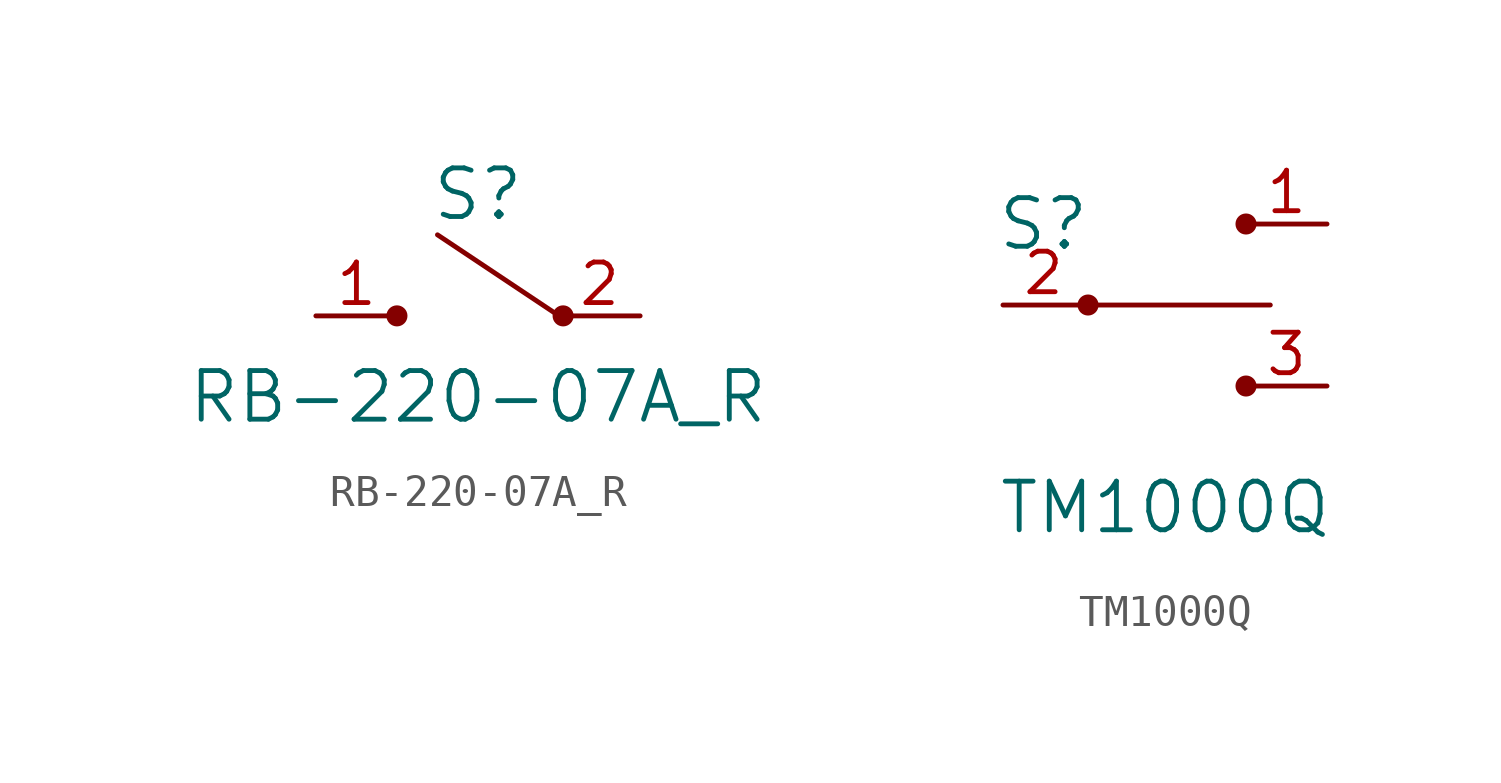
<source format=kicad_sym>
(kicad_symbol_lib
  (version 20201005)
  (generator kicad_symbol_editor)
  (symbol "RB-220-07A_R"
    (pin_names
      (offset 1.016))
    (property "Reference" "S"
      (at 0 3.81 0)
      (effects (font (size 1.524 1.524))))
    (property "Value" "RB-220-07A_R"
      (at 0 -2.54 0)
      (effects (font (size 1.524 1.524))))
    (symbol "RB-220-07A_R_0_1"
      (circle (center -2.54 0) (radius 0.254) (stroke (width 0)) (fill (type outline)))
      (circle (center 2.667 0) (radius 0.254) (stroke (width 0)) (fill (type outline)))
      (polyline (pts (xy -2.54 0) (xy -2.54 0)) (stroke (width 0)) (fill (type none)))
      (polyline (pts (xy -1.27 2.54) (xy 2.54 0)) (stroke (width 0)) (fill (type none))))
    (symbol "RB-220-07A_R_1_1"
      (pin passive line (at -5.08 0 0) (length 2.54) (name "~" (effects (font (size 1.27 1.27)))) (number "1" (effects (font (size 1.27 1.27)))))
      (pin passive line (at 5.08 0 180) (length 2.54) (name "~" (effects (font (size 1.27 1.27)))) (number "2" (effects (font (size 1.27 1.27)))))))
  (symbol "TM1000Q"
    (pin_names
      (offset 0) hide)
    (property "Reference" "S"
      (at -3.81 2.54 0)
      (effects (font (size 1.524 1.524))))
    (property "Value" "TM1000Q"
      (at 0 -6.35 0)
      (effects (font (size 1.524 1.524))))
    (symbol "TM1000Q_0_1"
      (circle (center -2.413 0) (radius 0.254) (stroke (width 0)) (fill (type outline)))
      (circle (center 2.54 -2.54) (radius 0.254) (stroke (width 0)) (fill (type outline)))
      (circle (center 2.54 2.54) (radius 0.254) (stroke (width 0)) (fill (type outline)))
      (polyline (pts (xy -2.286 0) (xy 3.302 0)) (stroke (width 0)) (fill (type none))))
    (symbol "TM1000Q_1_1"
      (pin passive line (at 5.08 2.54 180) (length 2.54) (name "Out" (effects (font (size 1.27 1.27)))) (number "1" (effects (font (size 1.27 1.27)))))
      (pin passive line (at -5.08 0 0) (length 2.54) (name "In" (effects (font (size 1.27 1.27)))) (number "2" (effects (font (size 1.27 1.27)))))
      (pin passive line (at 5.08 -2.54 180) (length 2.54) (name "Out" (effects (font (size 1.27 1.27)))) (number "3" (effects (font (size 1.27 1.27))))))))
</source>
